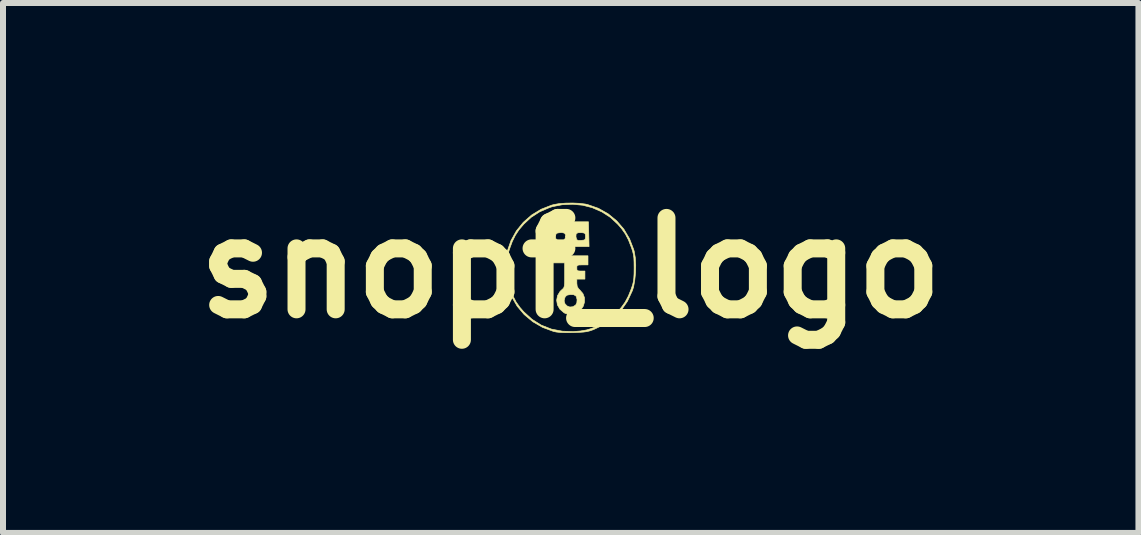
<source format=kicad_pcb>
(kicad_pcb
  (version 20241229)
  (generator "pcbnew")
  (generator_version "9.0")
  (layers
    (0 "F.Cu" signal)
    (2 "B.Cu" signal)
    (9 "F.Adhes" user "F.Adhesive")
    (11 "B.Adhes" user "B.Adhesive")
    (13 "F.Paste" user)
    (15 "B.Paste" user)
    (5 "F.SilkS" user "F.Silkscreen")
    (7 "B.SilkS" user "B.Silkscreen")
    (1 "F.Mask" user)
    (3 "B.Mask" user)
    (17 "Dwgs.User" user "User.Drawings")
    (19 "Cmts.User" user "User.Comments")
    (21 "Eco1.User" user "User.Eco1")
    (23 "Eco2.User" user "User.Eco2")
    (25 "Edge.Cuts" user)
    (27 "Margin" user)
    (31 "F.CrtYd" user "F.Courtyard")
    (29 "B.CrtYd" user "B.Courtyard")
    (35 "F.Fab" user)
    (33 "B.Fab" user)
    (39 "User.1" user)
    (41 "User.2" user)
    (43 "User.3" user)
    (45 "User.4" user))
  (footprint "snopf_logo"
    (layer "F.Cu")
    (at 6.466 1.418)
    (property "Reference" "snopf_logo" (at 0 0 0) (layer "F.SilkS") (effects (font (size 1.524 1.524) (thickness 0.3))))
    (attr through_hole)
    (fp_poly (pts (xy 0.301 -0.563) (xy 0.306 -0.356) (xy -0.306 -0.356) (xy -0.303 -0.494) (xy -0.251 -0.494) (xy -0.23 -0.467) (xy -0.183 -0.457) (xy -0.17 -0.457) (xy -0.125 -0.46) (xy -0.102 -0.474) (xy -0.092 -0.499) (xy -0.089 -0.525) (xy 0.087 -0.525) (xy 0.092 -0.499) (xy 0.102 -0.471) (xy 0.123 -0.46) (xy 0.164 -0.46) (xy 0.174 -0.46) (xy 0.219 -0.465) (xy 0.24 -0.477) (xy 0.245 -0.505) (xy 0.246 -0.525) (xy 0.243 -0.562) (xy 0.231 -0.58) (xy 0.199 -0.587) (xy 0.173 -0.589) (xy 0.118 -0.587) (xy 0.09 -0.566) (xy 0.087 -0.525) (xy -0.089 -0.525) (xy -0.086 -0.551) (xy -0.103 -0.58) (xy -0.146 -0.59) (xy -0.173 -0.589) (xy -0.22 -0.583) (xy -0.243 -0.569) (xy -0.251 -0.545) (xy -0.251 -0.494) (xy -0.303 -0.494) (xy -0.301 -0.563) (xy -0.296 -0.77) (xy 0.296 -0.77) (xy 0.301 -0.563)) (stroke (width 0.01) (type solid)) (fill yes) (layer "F.SilkS"))
    (fp_poly (pts (xy 0.288 -0.051) (xy 0.195 -0.051) (xy 0.141 -0.05) (xy 0.114 -0.044) (xy 0.103 -0.029) (xy 0.102 -0.001) (xy 0.102 0) (xy 0.104 0.033) (xy 0.119 0.047) (xy 0.155 0.051) (xy 0.169 0.051) (xy 0.237 0.051) (xy 0.237 0.186) (xy 0.102 0.186) (xy 0.102 0.255) (xy 0.108 0.308) (xy 0.131 0.347) (xy 0.151 0.366) (xy 0.204 0.428) (xy 0.23 0.497) (xy 0.23 0.568) (xy 0.21 0.636) (xy 0.171 0.696) (xy 0.119 0.743) (xy 0.055 0.772) (xy -0.016 0.779) (xy -0.091 0.758) (xy -0.114 0.745) (xy -0.181 0.687) (xy -0.222 0.616) (xy -0.233 0.55) (xy -0.11 0.55) (xy -0.095 0.598) (xy -0.061 0.633) (xy -0.015 0.651) (xy 0.037 0.646) (xy 0.083 0.617) (xy 0.102 0.579) (xy 0.106 0.528) (xy 0.094 0.48) (xy 0.085 0.466) (xy 0.05 0.446) (xy -0.007 0.444) (xy -0.056 0.452) (xy -0.085 0.473) (xy -0.097 0.494) (xy -0.11 0.55) (xy -0.233 0.55) (xy -0.235 0.538) (xy -0.22 0.461) (xy -0.177 0.39) (xy -0.144 0.359) (xy -0.126 0.343) (xy -0.114 0.326) (xy -0.107 0.299) (xy -0.103 0.258) (xy -0.102 0.194) (xy -0.102 0.12) (xy -0.102 -0.085) (xy -0.305 -0.085) (xy -0.305 -0.203) (xy 0.288 -0.203) (xy 0.288 -0.051)) (stroke (width 0.01) (type solid)) (fill yes) (layer "F.SilkS"))
    (fp_poly (pts (xy 0.145 -1.078) (xy 0.243 -1.066) (xy 0.28 -1.058) (xy 0.461 -0.995) (xy 0.623 -0.904) (xy 0.766 -0.787) (xy 0.886 -0.648) (xy 0.981 -0.487) (xy 1.05 -0.308) (xy 1.06 -0.272) (xy 1.077 -0.17) (xy 1.084 -0.049) (xy 1.081 0.079) (xy 1.068 0.205) (xy 1.048 0.317) (xy 1.029 0.377) (xy 0.946 0.555) (xy 0.839 0.71) (xy 0.708 0.841) (xy 0.553 0.947) (xy 0.377 1.029) (xy 0.323 1.048) (xy 0.271 1.061) (xy 0.213 1.069) (xy 0.138 1.074) (xy 0.039 1.078) (xy 0.034 1.078) (xy -0.083 1.079) (xy -0.172 1.076) (xy -0.242 1.068) (xy -0.288 1.058) (xy -0.469 0.991) (xy -0.632 0.897) (xy -0.775 0.778) (xy -0.894 0.637) (xy -0.987 0.476) (xy -1.053 0.298) (xy -1.058 0.28) (xy -1.073 0.193) (xy -1.081 0.086) (xy -1.083 0) (xy -1.057 0) (xy -1.056 0.095) (xy -1.053 0.166) (xy -1.045 0.223) (xy -1.032 0.277) (xy -1.013 0.338) (xy -1.01 0.345) (xy -0.963 0.466) (xy -0.911 0.566) (xy -0.846 0.658) (xy -0.784 0.729) (xy -0.645 0.856) (xy -0.491 0.953) (xy -0.322 1.019) (xy -0.139 1.054) (xy 0.042 1.06) (xy 0.16 1.051) (xy 0.261 1.034) (xy 0.339 1.011) (xy 0.464 0.963) (xy 0.567 0.909) (xy 0.661 0.84) (xy 0.755 0.755) (xy 0.841 0.661) (xy 0.907 0.569) (xy 0.961 0.468) (xy 1.01 0.346) (xy 1.012 0.339) (xy 1.032 0.279) (xy 1.045 0.225) (xy 1.052 0.168) (xy 1.056 0.097) (xy 1.057 0.002) (xy 1.057 0) (xy 1.056 -0.095) (xy 1.053 -0.166) (xy 1.045 -0.223) (xy 1.032 -0.277) (xy 1.013 -0.338) (xy 1.01 -0.345) (xy 0.963 -0.466) (xy 0.911 -0.566) (xy 0.846 -0.658) (xy 0.784 -0.729) (xy 0.66 -0.844) (xy 0.521 -0.934) (xy 0.359 -1.005) (xy 0.356 -1.006) (xy 0.199 -1.046) (xy 0.029 -1.062) (xy -0.143 -1.054) (xy -0.306 -1.022) (xy -0.356 -1.006) (xy -0.518 -0.936) (xy -0.658 -0.846) (xy -0.782 -0.731) (xy -0.784 -0.729) (xy -0.863 -0.636) (xy -0.924 -0.543) (xy -0.975 -0.439) (xy -1.01 -0.345) (xy -1.031 -0.283) (xy -1.044 -0.229) (xy -1.052 -0.172) (xy -1.056 -0.103) (xy -1.057 -0.011) (xy -1.057 0) (xy -1.083 0) (xy -1.083 -0.031) (xy -1.078 -0.145) (xy -1.066 -0.243) (xy -1.058 -0.28) (xy -0.996 -0.458) (xy -0.906 -0.619) (xy -0.79 -0.762) (xy -0.652 -0.883) (xy -0.494 -0.979) (xy -0.32 -1.047) (xy -0.28 -1.058) (xy -0.193 -1.073) (xy -0.085 -1.081) (xy 0.032 -1.083) (xy 0.145 -1.078)) (stroke (width 0.01) (type solid)) (fill yes) (layer "F.SilkS")))
  (gr_rect
    (start -3 -3)
    (end 15.932 5.836)
    (stroke (width 0.1) (type default))
    (fill no)
    (layer "Edge.Cuts")))
</source>
